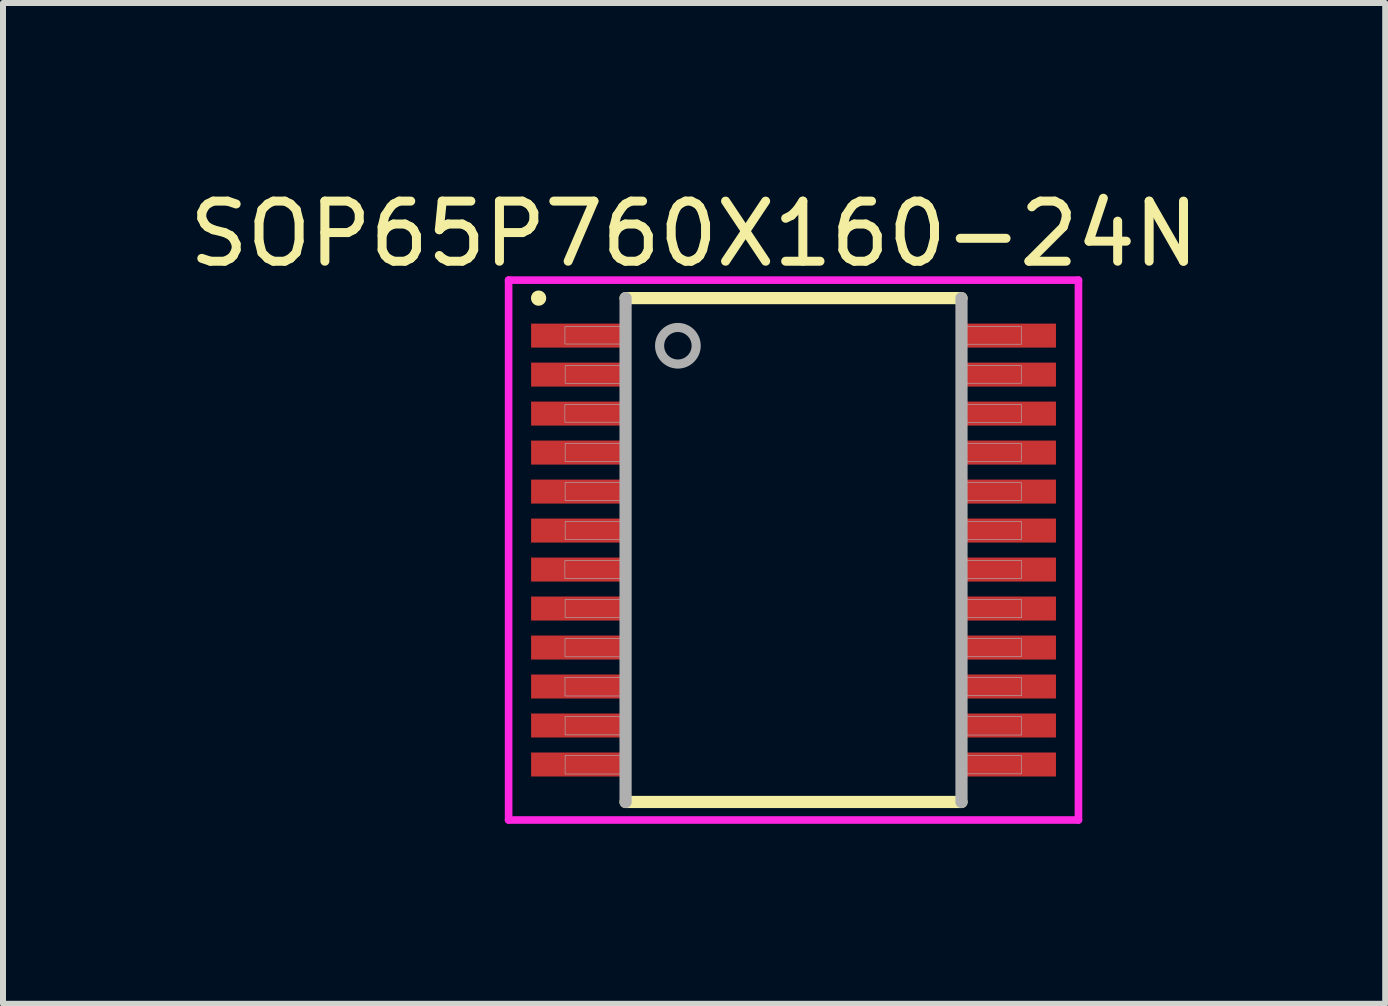
<source format=kicad_pcb>
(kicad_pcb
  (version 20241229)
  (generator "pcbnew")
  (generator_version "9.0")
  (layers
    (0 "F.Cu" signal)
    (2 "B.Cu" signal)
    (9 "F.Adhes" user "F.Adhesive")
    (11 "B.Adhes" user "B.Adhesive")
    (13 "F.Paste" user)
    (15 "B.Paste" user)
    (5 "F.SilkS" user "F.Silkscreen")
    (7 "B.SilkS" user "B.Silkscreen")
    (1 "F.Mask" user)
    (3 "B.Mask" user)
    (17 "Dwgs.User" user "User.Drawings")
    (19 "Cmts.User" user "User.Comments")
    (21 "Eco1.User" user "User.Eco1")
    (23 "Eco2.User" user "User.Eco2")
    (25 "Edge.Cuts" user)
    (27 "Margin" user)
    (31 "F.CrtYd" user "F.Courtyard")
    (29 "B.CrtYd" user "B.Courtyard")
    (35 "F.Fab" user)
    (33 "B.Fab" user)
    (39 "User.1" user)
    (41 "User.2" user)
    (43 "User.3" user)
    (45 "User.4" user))
  (footprint "SOP65P760X160-24N"
    (layer "F.Cu")
    (at 10.179 6.12)
    (property "Reference" "SOP65P760X160-24N" (at -1.658 -5.271 0) (layer "F.SilkS") (effects (font (size 1.002 1.002) (thickness 0.15))))
    (attr through_hole)
    (fp_line (start -2.8 4.2) (end 2.8 4.2) (stroke (width 0.203) (type solid)) (layer "F.SilkS"))
    (fp_line (start 2.8 -4.2) (end -2.8 -4.2) (stroke (width 0.203) (type solid)) (layer "F.SilkS"))
    (fp_circle (center -4.25 -4.2) (end -4.123 -4.2) (stroke (width 0) (type solid)) (fill yes) (layer "F.SilkS"))
    (fp_line (start -4.75 -4.5) (end 4.75 -4.5) (stroke (width 0.127) (type solid)) (layer "F.CrtYd"))
    (fp_line (start -4.75 4.5) (end -4.75 -4.5) (stroke (width 0.127) (type solid)) (layer "F.CrtYd"))
    (fp_line (start 4.75 -4.5) (end 4.75 4.5) (stroke (width 0.127) (type solid)) (layer "F.CrtYd"))
    (fp_line (start 4.75 4.5) (end -4.75 4.5) (stroke (width 0.127) (type solid)) (layer "F.CrtYd"))
    (fp_line (start -2.8 -4.2) (end -2.8 4.2) (stroke (width 0.203) (type solid)) (layer "F.Fab"))
    (fp_line (start 2.8 4.2) (end 2.8 -4.2) (stroke (width 0.203) (type solid)) (layer "F.Fab"))
    (fp_circle (center -1.928 -3.406) (end -1.623 -3.406) (stroke (width 0.152) (type solid)) (fill no) (layer "F.Fab"))
    (fp_poly (pts (xy -3.812 -2.425) (xy -2.8 -2.425) (xy -2.8 -2.132) (xy -3.812 -2.132)) (stroke (width 0.01) (type solid)) (fill no) (layer "F.Fab"))
    (fp_poly (pts (xy -3.812 0.175) (xy -2.8 0.175) (xy -2.8 0.476) (xy -3.812 0.476)) (stroke (width 0.01) (type solid)) (fill no) (layer "F.Fab"))
    (fp_poly (pts (xy -3.811 -3.725) (xy -2.8 -3.725) (xy -2.8 -3.435) (xy -3.811 -3.435)) (stroke (width 0.01) (type solid)) (fill no) (layer "F.Fab"))
    (fp_poly (pts (xy -3.81 1.475) (xy -2.8 1.475) (xy -2.8 1.78) (xy -3.81 1.78)) (stroke (width 0.01) (type solid)) (fill no) (layer "F.Fab"))
    (fp_poly (pts (xy -3.81 2.125) (xy -2.8 2.125) (xy -2.8 2.432) (xy -3.81 2.432)) (stroke (width 0.01) (type solid)) (fill no) (layer "F.Fab"))
    (fp_poly (pts (xy -3.808 -1.125) (xy -2.8 -1.125) (xy -2.8 -0.827) (xy -3.808 -0.827)) (stroke (width 0.01) (type solid)) (fill no) (layer "F.Fab"))
    (fp_poly (pts (xy -3.808 2.775) (xy -2.8 2.775) (xy -2.8 3.081) (xy -3.808 3.081)) (stroke (width 0.01) (type solid)) (fill no) (layer "F.Fab"))
    (fp_poly (pts (xy -3.808 3.425) (xy -2.8 3.425) (xy -2.8 3.733) (xy -3.808 3.733)) (stroke (width 0.01) (type solid)) (fill no) (layer "F.Fab"))
    (fp_poly (pts (xy -3.808 0.825) (xy -2.8 0.825) (xy -2.8 1.127) (xy -3.808 1.127)) (stroke (width 0.01) (type solid)) (fill no) (layer "F.Fab"))
    (fp_poly (pts (xy -3.807 -1.775) (xy -2.8 -1.775) (xy -2.8 -1.478) (xy -3.807 -1.478)) (stroke (width 0.01) (type solid)) (fill no) (layer "F.Fab"))
    (fp_poly (pts (xy -3.807 -0.475) (xy -2.8 -0.475) (xy -2.8 -0.175) (xy -3.807 -0.175)) (stroke (width 0.01) (type solid)) (fill no) (layer "F.Fab"))
    (fp_poly (pts (xy -3.807 -3.075) (xy -2.8 -3.075) (xy -2.8 -2.78) (xy -3.807 -2.78)) (stroke (width 0.01) (type solid)) (fill no) (layer "F.Fab"))
    (fp_poly (pts (xy 2.802 -2.425) (xy 3.8 -2.425) (xy 3.8 -2.126) (xy 2.802 -2.126)) (stroke (width 0.01) (type solid)) (fill no) (layer "F.Fab"))
    (fp_poly (pts (xy 2.803 1.475) (xy 3.8 1.475) (xy 3.8 1.777) (xy 2.803 1.777)) (stroke (width 0.01) (type solid)) (fill no) (layer "F.Fab"))
    (fp_poly (pts (xy 2.804 2.125) (xy 3.8 2.125) (xy 3.8 2.428) (xy 2.804 2.428)) (stroke (width 0.01) (type solid)) (fill no) (layer "F.Fab"))
    (fp_poly (pts (xy 2.805 3.425) (xy 3.8 3.425) (xy 3.8 3.731) (xy 2.805 3.731)) (stroke (width 0.01) (type solid)) (fill no) (layer "F.Fab"))
    (fp_poly (pts (xy 2.805 -3.725) (xy 3.8 -3.725) (xy 3.8 -3.431) (xy 2.805 -3.431)) (stroke (width 0.01) (type solid)) (fill no) (layer "F.Fab"))
    (fp_poly (pts (xy 2.805 -1.775) (xy 3.8 -1.775) (xy 3.8 -1.478) (xy 2.805 -1.478)) (stroke (width 0.01) (type solid)) (fill no) (layer "F.Fab"))
    (fp_poly (pts (xy 2.806 -3.075) (xy 3.8 -3.075) (xy 3.8 -2.781) (xy 2.806 -2.781)) (stroke (width 0.01) (type solid)) (fill no) (layer "F.Fab"))
    (fp_poly (pts (xy 2.806 0.175) (xy 3.8 0.175) (xy 3.8 0.476) (xy 2.806 0.476)) (stroke (width 0.01) (type solid)) (fill no) (layer "F.Fab"))
    (fp_poly (pts (xy 2.807 -1.125) (xy 3.8 -1.125) (xy 3.8 -0.827) (xy 2.807 -0.827)) (stroke (width 0.01) (type solid)) (fill no) (layer "F.Fab"))
    (fp_poly (pts (xy 2.807 -0.475) (xy 3.8 -0.475) (xy 3.8 -0.175) (xy 2.807 -0.175)) (stroke (width 0.01) (type solid)) (fill no) (layer "F.Fab"))
    (fp_poly (pts (xy 2.808 0.825) (xy 3.8 0.825) (xy 3.8 1.128) (xy 2.808 1.128)) (stroke (width 0.01) (type solid)) (fill no) (layer "F.Fab"))
    (fp_poly (pts (xy 2.808 2.775) (xy 3.8 2.775) (xy 3.8 3.084) (xy 2.808 3.084)) (stroke (width 0.01) (type solid)) (fill no) (layer "F.Fab"))
    (pad "1" smd rect (at -3.625 -3.575 270) (size 0.4 1.5) (layers "F.Cu" "F.Mask" "F.Paste"))
    (pad "2" smd rect (at -3.625 -2.925 270) (size 0.4 1.5) (layers "F.Cu" "F.Mask" "F.Paste"))
    (pad "3" smd rect (at -3.625 -2.275 270) (size 0.4 1.5) (layers "F.Cu" "F.Mask" "F.Paste"))
    (pad "4" smd rect (at -3.625 -1.625 270) (size 0.4 1.5) (layers "F.Cu" "F.Mask" "F.Paste"))
    (pad "5" smd rect (at -3.625 -0.975 270) (size 0.4 1.5) (layers "F.Cu" "F.Mask" "F.Paste"))
    (pad "6" smd rect (at -3.625 -0.325 270) (size 0.4 1.5) (layers "F.Cu" "F.Mask" "F.Paste"))
    (pad "7" smd rect (at -3.625 0.325 270) (size 0.4 1.5) (layers "F.Cu" "F.Mask" "F.Paste"))
    (pad "8" smd rect (at -3.625 0.975 270) (size 0.4 1.5) (layers "F.Cu" "F.Mask" "F.Paste"))
    (pad "9" smd rect (at -3.625 1.625 270) (size 0.4 1.5) (layers "F.Cu" "F.Mask" "F.Paste"))
    (pad "10" smd rect (at -3.625 2.275 270) (size 0.4 1.5) (layers "F.Cu" "F.Mask" "F.Paste"))
    (pad "11" smd rect (at -3.625 2.925 270) (size 0.4 1.5) (layers "F.Cu" "F.Mask" "F.Paste"))
    (pad "12" smd rect (at -3.625 3.575 270) (size 0.4 1.5) (layers "F.Cu" "F.Mask" "F.Paste"))
    (pad "13" smd rect (at 3.625 3.575 270) (size 0.4 1.5) (layers "F.Cu" "F.Mask" "F.Paste"))
    (pad "14" smd rect (at 3.625 2.925 270) (size 0.4 1.5) (layers "F.Cu" "F.Mask" "F.Paste"))
    (pad "15" smd rect (at 3.625 2.275 270) (size 0.4 1.5) (layers "F.Cu" "F.Mask" "F.Paste"))
    (pad "16" smd rect (at 3.625 1.625 270) (size 0.4 1.5) (layers "F.Cu" "F.Mask" "F.Paste"))
    (pad "17" smd rect (at 3.625 0.975 270) (size 0.4 1.5) (layers "F.Cu" "F.Mask" "F.Paste"))
    (pad "18" smd rect (at 3.625 0.325 270) (size 0.4 1.5) (layers "F.Cu" "F.Mask" "F.Paste"))
    (pad "19" smd rect (at 3.625 -0.325 270) (size 0.4 1.5) (layers "F.Cu" "F.Mask" "F.Paste"))
    (pad "20" smd rect (at 3.625 -0.975 270) (size 0.4 1.5) (layers "F.Cu" "F.Mask" "F.Paste"))
    (pad "21" smd rect (at 3.625 -1.625 270) (size 0.4 1.5) (layers "F.Cu" "F.Mask" "F.Paste"))
    (pad "22" smd rect (at 3.625 -2.275 270) (size 0.4 1.5) (layers "F.Cu" "F.Mask" "F.Paste"))
    (pad "23" smd rect (at 3.625 -2.925 270) (size 0.4 1.5) (layers "F.Cu" "F.Mask" "F.Paste"))
    (pad "24" smd rect (at 3.625 -3.575 270) (size 0.4 1.5) (layers "F.Cu" "F.Mask" "F.Paste")))
  (gr_rect
    (start -3 -3)
    (end 20.043 13.684)
    (stroke (width 0.1) (type default))
    (fill no)
    (layer "Edge.Cuts")))
</source>
